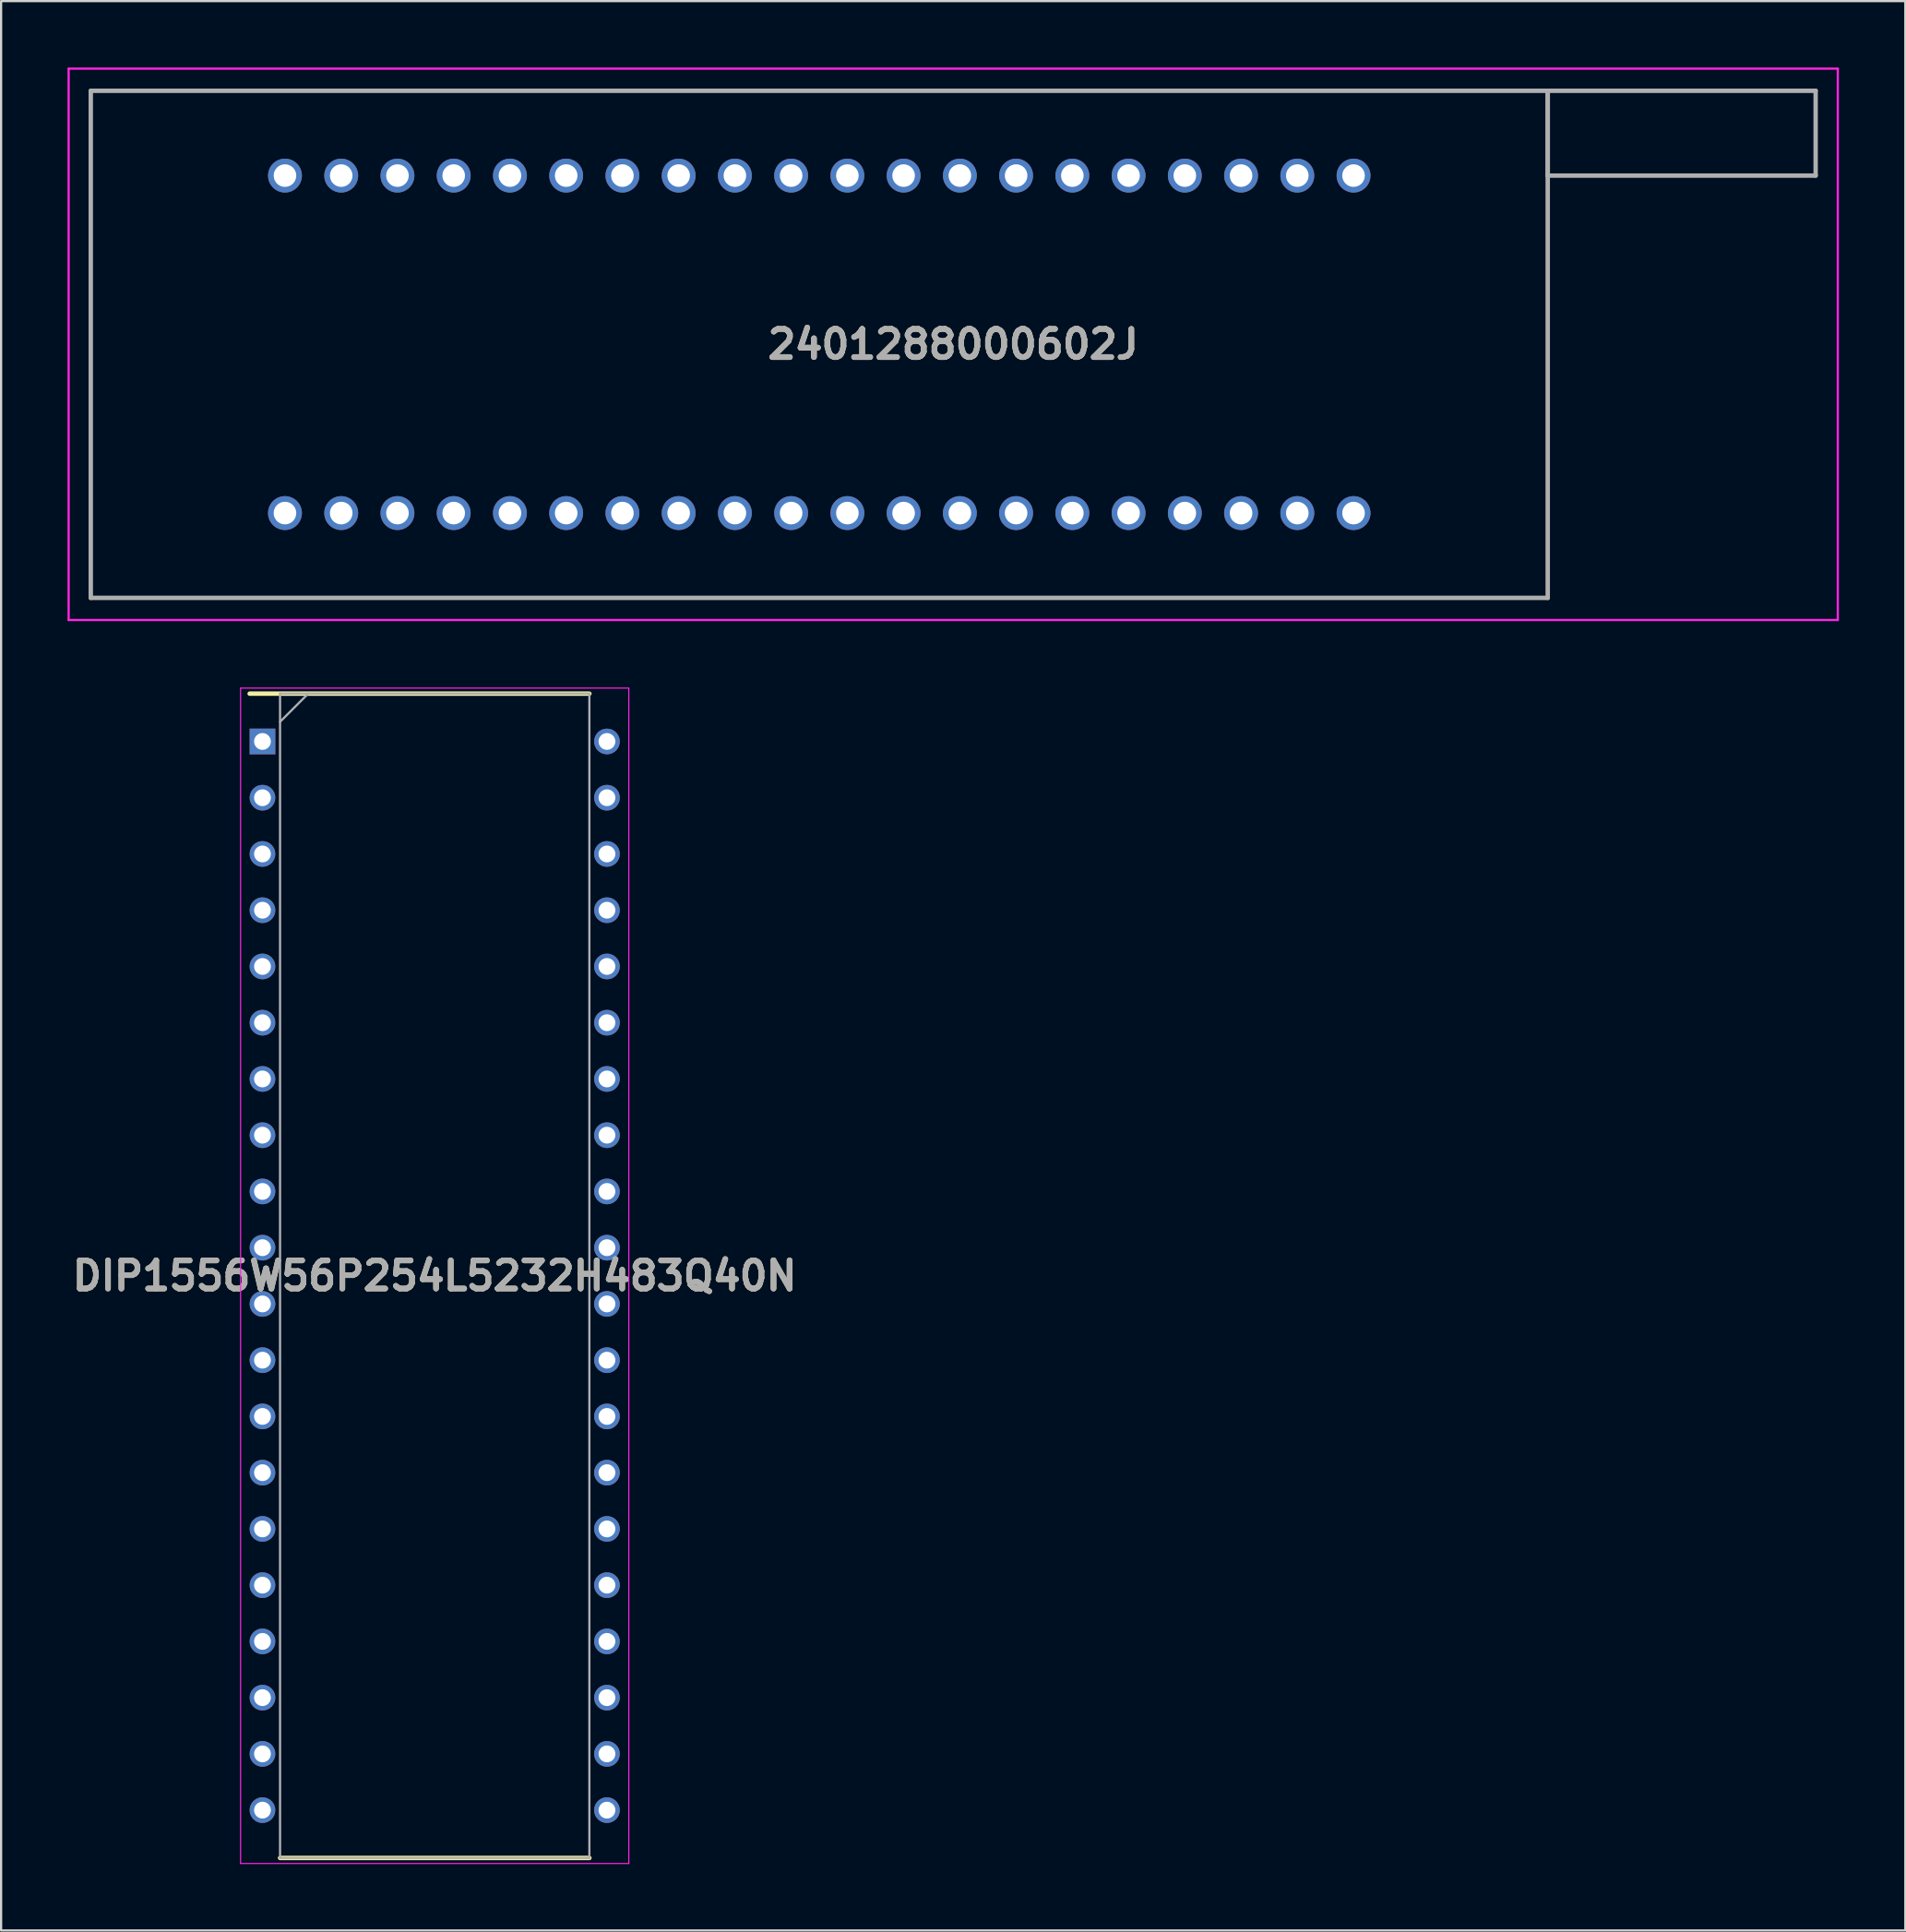
<source format=kicad_pcb>
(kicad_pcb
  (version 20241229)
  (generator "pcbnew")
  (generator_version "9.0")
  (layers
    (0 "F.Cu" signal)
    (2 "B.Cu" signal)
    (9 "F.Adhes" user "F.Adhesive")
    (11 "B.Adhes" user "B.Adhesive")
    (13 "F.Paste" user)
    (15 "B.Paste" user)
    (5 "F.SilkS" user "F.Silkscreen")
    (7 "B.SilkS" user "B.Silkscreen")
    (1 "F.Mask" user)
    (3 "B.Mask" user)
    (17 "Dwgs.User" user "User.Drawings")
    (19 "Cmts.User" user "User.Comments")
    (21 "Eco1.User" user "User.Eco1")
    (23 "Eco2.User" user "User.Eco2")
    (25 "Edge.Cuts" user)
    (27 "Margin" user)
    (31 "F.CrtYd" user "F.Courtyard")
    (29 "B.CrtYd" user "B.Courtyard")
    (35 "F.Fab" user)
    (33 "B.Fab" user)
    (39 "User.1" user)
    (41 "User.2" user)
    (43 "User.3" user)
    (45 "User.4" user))
  (footprint "2401288000602J"
    (layer "F.Cu")
    (at 9.82 20.12)
    (property "Reference" "2401288000602J" (at 30.18 -7.62 0) (layer "F.SilkS") (effects (font (size 1.27 1.27) (thickness 0.254))))
    (attr through_hole)
    (fp_line (start -8.77 -19.07) (end 57.03 -19.07) (stroke (width 0.1) (type solid)) (layer "F.SilkS"))
    (fp_line (start -8.77 3.83) (end -8.77 -19.07) (stroke (width 0.1) (type solid)) (layer "F.SilkS"))
    (fp_line (start 57.03 -19.07) (end 57.03 3.83) (stroke (width 0.1) (type solid)) (layer "F.SilkS"))
    (fp_line (start 57.03 3.83) (end -8.77 3.83) (stroke (width 0.1) (type solid)) (layer "F.SilkS"))
    (fp_line (start -9.77 -20.07) (end 70.13 -20.07) (stroke (width 0.1) (type solid)) (layer "F.CrtYd"))
    (fp_line (start -9.77 4.83) (end -9.77 -20.07) (stroke (width 0.1) (type solid)) (layer "F.CrtYd"))
    (fp_line (start 70.13 -20.07) (end 70.13 4.83) (stroke (width 0.1) (type solid)) (layer "F.CrtYd"))
    (fp_line (start 70.13 4.83) (end -9.77 4.83) (stroke (width 0.1) (type solid)) (layer "F.CrtYd"))
    (fp_line (start -8.77 -19.07) (end -8.77 3.83) (stroke (width 0.2) (type solid)) (layer "F.Fab"))
    (fp_line (start -8.77 3.83) (end 57.03 3.83) (stroke (width 0.2) (type solid)) (layer "F.Fab"))
    (fp_line (start 57.03 -19.07) (end -8.77 -19.07) (stroke (width 0.2) (type solid)) (layer "F.Fab"))
    (fp_line (start 57.03 -19.07) (end 69.13 -19.07) (stroke (width 0.2) (type solid)) (layer "F.Fab"))
    (fp_line (start 57.03 -15.24) (end 57.03 -19.07) (stroke (width 0.2) (type solid)) (layer "F.Fab"))
    (fp_line (start 57.03 3.83) (end 57.03 -19.07) (stroke (width 0.2) (type solid)) (layer "F.Fab"))
    (fp_line (start 69.13 -19.07) (end 69.13 -15.24) (stroke (width 0.2) (type solid)) (layer "F.Fab"))
    (fp_line (start 69.13 -15.24) (end 57.03 -15.24) (stroke (width 0.2) (type solid)) (layer "F.Fab"))
    (fp_text user "${REFERENCE}" (at 30.18 -7.62 0) (layer "F.Fab") (effects (font (size 1.27 1.27) (thickness 0.254))))
    (pad "1" thru_hole circle (at 0 0) (size 1.53 1.53) (drill 1.02) (layers "*.Cu" "*.Mask"))
    (pad "2" thru_hole circle (at 0 -15.24) (size 1.53 1.53) (drill 1.02) (layers "*.Cu" "*.Mask"))
    (pad "3" thru_hole circle (at 2.54 0) (size 1.53 1.53) (drill 1.02) (layers "*.Cu" "*.Mask"))
    (pad "4" thru_hole circle (at 2.54 -15.24) (size 1.53 1.53) (drill 1.02) (layers "*.Cu" "*.Mask"))
    (pad "5" thru_hole circle (at 5.08 0) (size 1.53 1.53) (drill 1.02) (layers "*.Cu" "*.Mask"))
    (pad "6" thru_hole circle (at 5.08 -15.24) (size 1.53 1.53) (drill 1.02) (layers "*.Cu" "*.Mask"))
    (pad "7" thru_hole circle (at 7.62 0) (size 1.53 1.53) (drill 1.02) (layers "*.Cu" "*.Mask"))
    (pad "8" thru_hole circle (at 7.62 -15.24) (size 1.53 1.53) (drill 1.02) (layers "*.Cu" "*.Mask"))
    (pad "9" thru_hole circle (at 10.16 0) (size 1.53 1.53) (drill 1.02) (layers "*.Cu" "*.Mask"))
    (pad "10" thru_hole circle (at 10.16 -15.24) (size 1.53 1.53) (drill 1.02) (layers "*.Cu" "*.Mask"))
    (pad "11" thru_hole circle (at 12.7 0) (size 1.53 1.53) (drill 1.02) (layers "*.Cu" "*.Mask"))
    (pad "12" thru_hole circle (at 12.7 -15.24) (size 1.53 1.53) (drill 1.02) (layers "*.Cu" "*.Mask"))
    (pad "13" thru_hole circle (at 15.24 0) (size 1.53 1.53) (drill 1.02) (layers "*.Cu" "*.Mask"))
    (pad "14" thru_hole circle (at 15.24 -15.24) (size 1.53 1.53) (drill 1.02) (layers "*.Cu" "*.Mask"))
    (pad "15" thru_hole circle (at 17.78 0) (size 1.53 1.53) (drill 1.02) (layers "*.Cu" "*.Mask"))
    (pad "16" thru_hole circle (at 17.78 -15.24) (size 1.53 1.53) (drill 1.02) (layers "*.Cu" "*.Mask"))
    (pad "17" thru_hole circle (at 20.32 0) (size 1.53 1.53) (drill 1.02) (layers "*.Cu" "*.Mask"))
    (pad "18" thru_hole circle (at 20.32 -15.24) (size 1.53 1.53) (drill 1.02) (layers "*.Cu" "*.Mask"))
    (pad "19" thru_hole circle (at 22.86 0) (size 1.53 1.53) (drill 1.02) (layers "*.Cu" "*.Mask"))
    (pad "20" thru_hole circle (at 22.86 -15.24) (size 1.53 1.53) (drill 1.02) (layers "*.Cu" "*.Mask"))
    (pad "21" thru_hole circle (at 25.4 0) (size 1.53 1.53) (drill 1.02) (layers "*.Cu" "*.Mask"))
    (pad "22" thru_hole circle (at 25.4 -15.24) (size 1.53 1.53) (drill 1.02) (layers "*.Cu" "*.Mask"))
    (pad "23" thru_hole circle (at 27.94 0) (size 1.53 1.53) (drill 1.02) (layers "*.Cu" "*.Mask"))
    (pad "24" thru_hole circle (at 27.94 -15.24) (size 1.53 1.53) (drill 1.02) (layers "*.Cu" "*.Mask"))
    (pad "25" thru_hole circle (at 30.48 0) (size 1.53 1.53) (drill 1.02) (layers "*.Cu" "*.Mask"))
    (pad "26" thru_hole circle (at 30.48 -15.24) (size 1.53 1.53) (drill 1.02) (layers "*.Cu" "*.Mask"))
    (pad "27" thru_hole circle (at 33.02 0) (size 1.53 1.53) (drill 1.02) (layers "*.Cu" "*.Mask"))
    (pad "28" thru_hole circle (at 33.02 -15.24) (size 1.53 1.53) (drill 1.02) (layers "*.Cu" "*.Mask"))
    (pad "29" thru_hole circle (at 35.56 0) (size 1.53 1.53) (drill 1.02) (layers "*.Cu" "*.Mask"))
    (pad "30" thru_hole circle (at 35.56 -15.24) (size 1.53 1.53) (drill 1.02) (layers "*.Cu" "*.Mask"))
    (pad "31" thru_hole circle (at 38.1 0) (size 1.53 1.53) (drill 1.02) (layers "*.Cu" "*.Mask"))
    (pad "32" thru_hole circle (at 38.1 -15.24) (size 1.53 1.53) (drill 1.02) (layers "*.Cu" "*.Mask"))
    (pad "33" thru_hole circle (at 40.64 0) (size 1.53 1.53) (drill 1.02) (layers "*.Cu" "*.Mask"))
    (pad "34" thru_hole circle (at 40.64 -15.24) (size 1.53 1.53) (drill 1.02) (layers "*.Cu" "*.Mask"))
    (pad "35" thru_hole circle (at 43.18 0) (size 1.53 1.53) (drill 1.02) (layers "*.Cu" "*.Mask"))
    (pad "36" thru_hole circle (at 43.18 -15.24) (size 1.53 1.53) (drill 1.02) (layers "*.Cu" "*.Mask"))
    (pad "37" thru_hole circle (at 45.72 0) (size 1.53 1.53) (drill 1.02) (layers "*.Cu" "*.Mask"))
    (pad "38" thru_hole circle (at 45.72 -15.24) (size 1.53 1.53) (drill 1.02) (layers "*.Cu" "*.Mask"))
    (pad "39" thru_hole circle (at 48.26 0) (size 1.53 1.53) (drill 1.02) (layers "*.Cu" "*.Mask"))
    (pad "40" thru_hole circle (at 48.26 -15.24) (size 1.53 1.53) (drill 1.02) (layers "*.Cu" "*.Mask")))
  (footprint "DIP1556W56P254L5232H483Q40N"
    (layer "F.Cu")
    (at 16.583 54.564)
    (property "Reference" "DIP1556W56P254L5232H483Q40N" (at 0 0 0) (layer "F.SilkS") (effects (font (size 1.27 1.27) (thickness 0.254))))
    (attr through_hole)
    (fp_line (start -8.358 -26.289) (end 6.985 -26.289) (stroke (width 0.2) (type solid)) (layer "F.SilkS"))
    (fp_line (start -6.985 26.289) (end 6.985 26.289) (stroke (width 0.2) (type solid)) (layer "F.SilkS"))
    (fp_line (start -8.767 -26.539) (end 8.767 -26.539) (stroke (width 0.05) (type solid)) (layer "F.CrtYd"))
    (fp_line (start -8.767 26.539) (end -8.767 -26.539) (stroke (width 0.05) (type solid)) (layer "F.CrtYd"))
    (fp_line (start 8.767 -26.539) (end 8.767 26.539) (stroke (width 0.05) (type solid)) (layer "F.CrtYd"))
    (fp_line (start 8.767 26.539) (end -8.767 26.539) (stroke (width 0.05) (type solid)) (layer "F.CrtYd"))
    (fp_line (start -6.985 -26.289) (end 6.985 -26.289) (stroke (width 0.1) (type solid)) (layer "F.Fab"))
    (fp_line (start -6.985 -25.019) (end -5.715 -26.289) (stroke (width 0.1) (type solid)) (layer "F.Fab"))
    (fp_line (start -6.985 26.289) (end -6.985 -26.289) (stroke (width 0.1) (type solid)) (layer "F.Fab"))
    (fp_line (start 6.985 -26.289) (end 6.985 26.289) (stroke (width 0.1) (type solid)) (layer "F.Fab"))
    (fp_line (start 6.985 26.289) (end -6.985 26.289) (stroke (width 0.1) (type solid)) (layer "F.Fab"))
    (fp_text user "${REFERENCE}" (at 0 0 0) (layer "F.Fab") (effects (font (size 1.27 1.27) (thickness 0.254))))
    (pad "1" thru_hole rect (at -7.779 -24.13) (size 1.159 1.159) (drill 0.759) (layers "*.Cu" "*.Mask"))
    (pad "2" thru_hole circle (at -7.779 -21.59) (size 1.159 1.159) (drill 0.759) (layers "*.Cu" "*.Mask"))
    (pad "3" thru_hole circle (at -7.779 -19.05) (size 1.159 1.159) (drill 0.759) (layers "*.Cu" "*.Mask"))
    (pad "4" thru_hole circle (at -7.779 -16.51) (size 1.159 1.159) (drill 0.759) (layers "*.Cu" "*.Mask"))
    (pad "5" thru_hole circle (at -7.779 -13.97) (size 1.159 1.159) (drill 0.759) (layers "*.Cu" "*.Mask"))
    (pad "6" thru_hole circle (at -7.779 -11.43) (size 1.159 1.159) (drill 0.759) (layers "*.Cu" "*.Mask"))
    (pad "7" thru_hole circle (at -7.779 -8.89) (size 1.159 1.159) (drill 0.759) (layers "*.Cu" "*.Mask"))
    (pad "8" thru_hole circle (at -7.779 -6.35) (size 1.159 1.159) (drill 0.759) (layers "*.Cu" "*.Mask"))
    (pad "9" thru_hole circle (at -7.779 -3.81) (size 1.159 1.159) (drill 0.759) (layers "*.Cu" "*.Mask"))
    (pad "10" thru_hole circle (at -7.779 -1.27) (size 1.159 1.159) (drill 0.759) (layers "*.Cu" "*.Mask"))
    (pad "11" thru_hole circle (at -7.779 1.27) (size 1.159 1.159) (drill 0.759) (layers "*.Cu" "*.Mask"))
    (pad "12" thru_hole circle (at -7.779 3.81) (size 1.159 1.159) (drill 0.759) (layers "*.Cu" "*.Mask"))
    (pad "13" thru_hole circle (at -7.779 6.35) (size 1.159 1.159) (drill 0.759) (layers "*.Cu" "*.Mask"))
    (pad "14" thru_hole circle (at -7.779 8.89) (size 1.159 1.159) (drill 0.759) (layers "*.Cu" "*.Mask"))
    (pad "15" thru_hole circle (at -7.779 11.43) (size 1.159 1.159) (drill 0.759) (layers "*.Cu" "*.Mask"))
    (pad "16" thru_hole circle (at -7.779 13.97) (size 1.159 1.159) (drill 0.759) (layers "*.Cu" "*.Mask"))
    (pad "17" thru_hole circle (at -7.779 16.51) (size 1.159 1.159) (drill 0.759) (layers "*.Cu" "*.Mask"))
    (pad "18" thru_hole circle (at -7.779 19.05) (size 1.159 1.159) (drill 0.759) (layers "*.Cu" "*.Mask"))
    (pad "19" thru_hole circle (at -7.779 21.59) (size 1.159 1.159) (drill 0.759) (layers "*.Cu" "*.Mask"))
    (pad "20" thru_hole circle (at -7.779 24.13) (size 1.159 1.159) (drill 0.759) (layers "*.Cu" "*.Mask"))
    (pad "21" thru_hole circle (at 7.779 24.13) (size 1.159 1.159) (drill 0.759) (layers "*.Cu" "*.Mask"))
    (pad "22" thru_hole circle (at 7.779 21.59) (size 1.159 1.159) (drill 0.759) (layers "*.Cu" "*.Mask"))
    (pad "23" thru_hole circle (at 7.779 19.05) (size 1.159 1.159) (drill 0.759) (layers "*.Cu" "*.Mask"))
    (pad "24" thru_hole circle (at 7.779 16.51) (size 1.159 1.159) (drill 0.759) (layers "*.Cu" "*.Mask"))
    (pad "25" thru_hole circle (at 7.779 13.97) (size 1.159 1.159) (drill 0.759) (layers "*.Cu" "*.Mask"))
    (pad "26" thru_hole circle (at 7.779 11.43) (size 1.159 1.159) (drill 0.759) (layers "*.Cu" "*.Mask"))
    (pad "27" thru_hole circle (at 7.779 8.89) (size 1.159 1.159) (drill 0.759) (layers "*.Cu" "*.Mask"))
    (pad "28" thru_hole circle (at 7.779 6.35) (size 1.159 1.159) (drill 0.759) (layers "*.Cu" "*.Mask"))
    (pad "29" thru_hole circle (at 7.779 3.81) (size 1.159 1.159) (drill 0.759) (layers "*.Cu" "*.Mask"))
    (pad "30" thru_hole circle (at 7.779 1.27) (size 1.159 1.159) (drill 0.759) (layers "*.Cu" "*.Mask"))
    (pad "31" thru_hole circle (at 7.779 -1.27) (size 1.159 1.159) (drill 0.759) (layers "*.Cu" "*.Mask"))
    (pad "32" thru_hole circle (at 7.779 -3.81) (size 1.159 1.159) (drill 0.759) (layers "*.Cu" "*.Mask"))
    (pad "33" thru_hole circle (at 7.779 -6.35) (size 1.159 1.159) (drill 0.759) (layers "*.Cu" "*.Mask"))
    (pad "34" thru_hole circle (at 7.779 -8.89) (size 1.159 1.159) (drill 0.759) (layers "*.Cu" "*.Mask"))
    (pad "35" thru_hole circle (at 7.779 -11.43) (size 1.159 1.159) (drill 0.759) (layers "*.Cu" "*.Mask"))
    (pad "36" thru_hole circle (at 7.779 -13.97) (size 1.159 1.159) (drill 0.759) (layers "*.Cu" "*.Mask"))
    (pad "37" thru_hole circle (at 7.779 -16.51) (size 1.159 1.159) (drill 0.759) (layers "*.Cu" "*.Mask"))
    (pad "38" thru_hole circle (at 7.779 -19.05) (size 1.159 1.159) (drill 0.759) (layers "*.Cu" "*.Mask"))
    (pad "39" thru_hole circle (at 7.779 -21.59) (size 1.159 1.159) (drill 0.759) (layers "*.Cu" "*.Mask"))
    (pad "40" thru_hole circle (at 7.779 -24.13) (size 1.159 1.159) (drill 0.759) (layers "*.Cu" "*.Mask")))
  (gr_rect
    (start -3 -3)
    (end 83 84.128)
    (stroke (width 0.1) (type default))
    (fill no)
    (layer "Edge.Cuts")))
</source>
